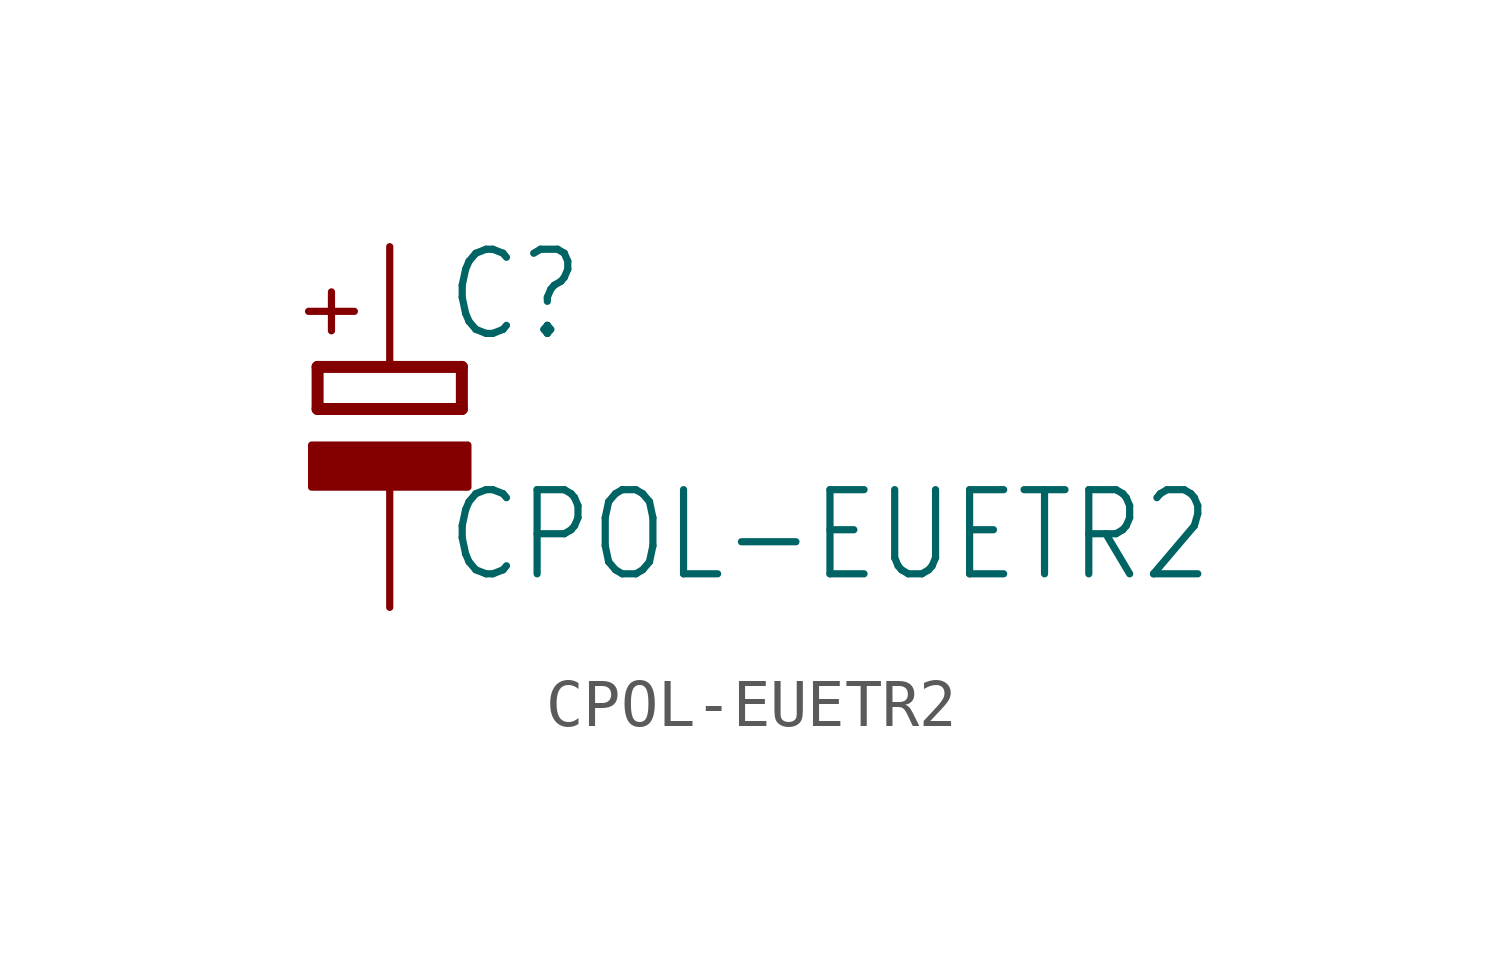
<source format=kicad_sym>
(kicad_symbol_lib
  (version 20210619)
  (generator kicad_symbol_editor)
  (symbol "CPOL-EUETR2"
    (property "Reference" "C"
      (at 1.143 0.483 0)
      (effects (font (size 1.778 1.511)) (justify left bottom)))
    (property "Value" "CPOL-EUETR2"
      (at 1.143 -4.597 0)
      (effects (font (size 1.778 1.511)) (justify left bottom)))
    (property "ki_locked" ""
      (at 0 0 0)
      (effects (font (size 1.27 1.27))))
    (symbol "CPOL-EUETR2_1_0"
      (text "+" (at -0.584 0.406 900) (effects (font (size 1.27 1.079)) (justify left bottom)))
      (rectangle (start -1.651 -2.54) (end 1.651 -1.651) (stroke (width 0)) (fill (type outline)))
      (polyline (pts (xy -1.524 -0.889) (xy 1.524 -0.889)) (stroke (width 0.254)) (fill (type none)))
      (polyline (pts (xy -1.524 0) (xy -1.524 -0.889)) (stroke (width 0.254)) (fill (type none)))
      (polyline (pts (xy -1.524 0) (xy 1.524 0)) (stroke (width 0.254)) (fill (type none)))
      (polyline (pts (xy 1.524 -0.889) (xy 1.524 0)) (stroke (width 0.254)) (fill (type none)))
      (pin passive line (at 0 2.54 270) (length 2.54) (name "+" (effects (font (size 0 0)))) (number "+" (effects (font (size 0 0)))))
      (pin passive line (at 0 -5.08 90) (length 2.54) (name "-" (effects (font (size 0 0)))) (number "-" (effects (font (size 0 0))))))))
</source>
